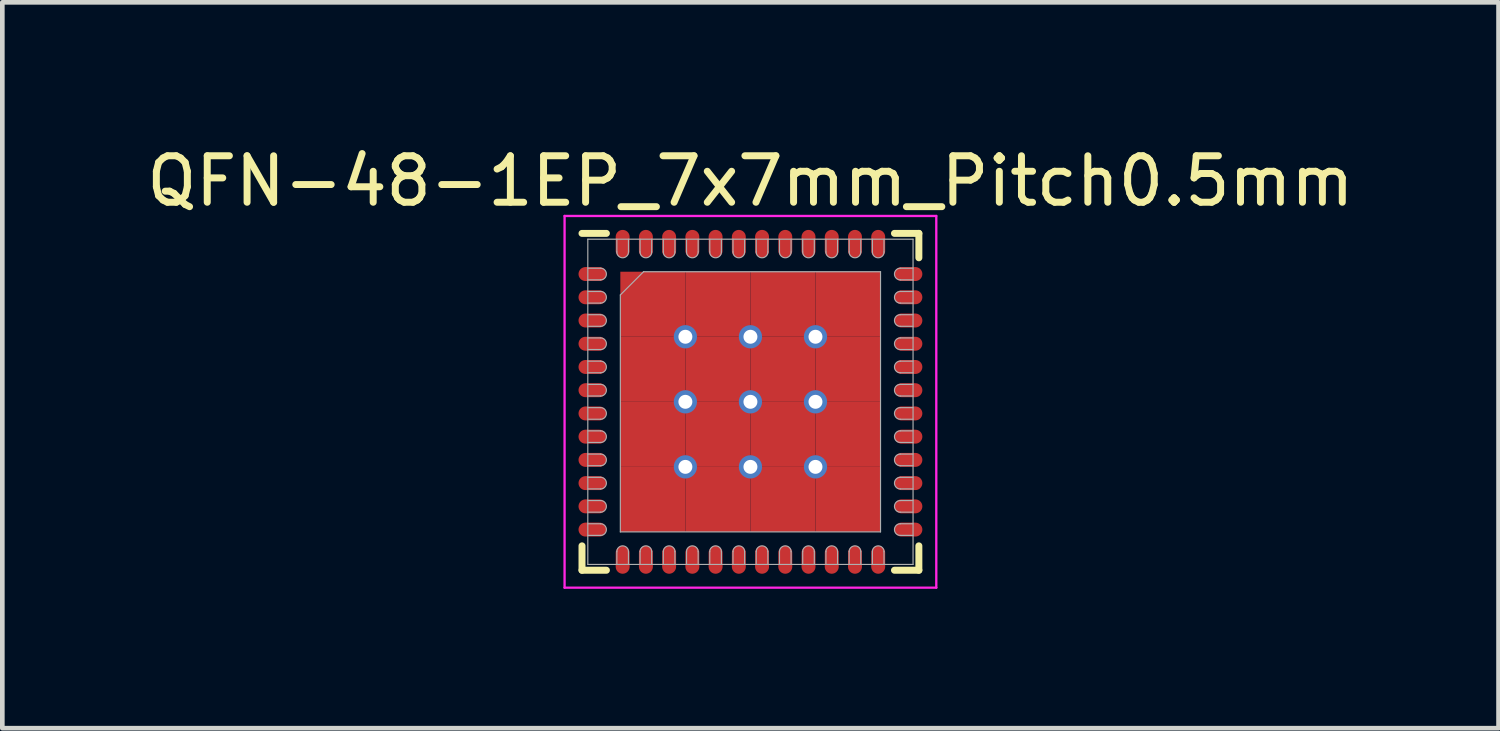
<source format=kicad_pcb>
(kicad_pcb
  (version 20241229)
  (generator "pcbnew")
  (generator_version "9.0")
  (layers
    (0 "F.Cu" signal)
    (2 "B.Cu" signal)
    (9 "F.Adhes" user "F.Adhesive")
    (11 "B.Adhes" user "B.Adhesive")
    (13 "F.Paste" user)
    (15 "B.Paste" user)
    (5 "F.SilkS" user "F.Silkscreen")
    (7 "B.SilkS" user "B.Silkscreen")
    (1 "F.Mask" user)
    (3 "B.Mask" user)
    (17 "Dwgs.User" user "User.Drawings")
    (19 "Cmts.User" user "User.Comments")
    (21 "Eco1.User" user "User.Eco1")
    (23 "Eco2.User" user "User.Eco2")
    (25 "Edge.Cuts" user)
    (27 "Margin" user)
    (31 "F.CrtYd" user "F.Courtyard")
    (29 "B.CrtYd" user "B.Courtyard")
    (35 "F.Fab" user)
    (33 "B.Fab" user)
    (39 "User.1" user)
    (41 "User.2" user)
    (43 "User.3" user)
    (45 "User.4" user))
  (footprint "QFN-48-1EP_7x7mm_Pitch0.5mm"
    (layer "F.Cu")
    (at 13.101 5.598)
    (property "Reference" "QFN-48-1EP_7x7mm_Pitch0.5mm" (at 0 -4.75 0) (layer "F.SilkS") (effects (font (size 1 1) (thickness 0.15))))
    (attr smd)
    (fp_line (start -3.625 -3.625) (end -3.1 -3.625) (stroke (width 0.15) (type solid)) (layer "F.SilkS"))
    (fp_line (start -3.625 3.625) (end -3.625 3.1) (stroke (width 0.15) (type solid)) (layer "F.SilkS"))
    (fp_line (start -3.625 3.625) (end -3.1 3.625) (stroke (width 0.15) (type solid)) (layer "F.SilkS"))
    (fp_line (start 3.625 -3.625) (end 3.1 -3.625) (stroke (width 0.15) (type solid)) (layer "F.SilkS"))
    (fp_line (start 3.625 -3.625) (end 3.625 -3.1) (stroke (width 0.15) (type solid)) (layer "F.SilkS"))
    (fp_line (start 3.625 3.625) (end 3.1 3.625) (stroke (width 0.15) (type solid)) (layer "F.SilkS"))
    (fp_line (start 3.625 3.625) (end 3.625 3.1) (stroke (width 0.15) (type solid)) (layer "F.SilkS"))
    (fp_line (start -4 -4) (end -4 4) (stroke (width 0.05) (type solid)) (layer "F.CrtYd"))
    (fp_line (start -4 -4) (end 4 -4) (stroke (width 0.05) (type solid)) (layer "F.CrtYd"))
    (fp_line (start -4 4) (end 4 4) (stroke (width 0.05) (type solid)) (layer "F.CrtYd"))
    (fp_line (start 4 -4) (end 4 4) (stroke (width 0.05) (type solid)) (layer "F.CrtYd"))
    (fp_line (start -3.5 -3.5) (end -3.5 3.5) (stroke (width 0.025) (type solid)) (layer "F.Fab"))
    (fp_line (start -3.5 -2.875) (end -3.225 -2.875) (stroke (width 0.025) (type solid)) (layer "F.Fab"))
    (fp_line (start -3.5 -2.625) (end -3.225 -2.625) (stroke (width 0.025) (type solid)) (layer "F.Fab"))
    (fp_line (start -3.5 -2.375) (end -3.225 -2.375) (stroke (width 0.025) (type solid)) (layer "F.Fab"))
    (fp_line (start -3.5 -2.125) (end -3.225 -2.125) (stroke (width 0.025) (type solid)) (layer "F.Fab"))
    (fp_line (start -3.5 -1.875) (end -3.225 -1.875) (stroke (width 0.025) (type solid)) (layer "F.Fab"))
    (fp_line (start -3.5 -1.625) (end -3.225 -1.625) (stroke (width 0.025) (type solid)) (layer "F.Fab"))
    (fp_line (start -3.5 -1.375) (end -3.225 -1.375) (stroke (width 0.025) (type solid)) (layer "F.Fab"))
    (fp_line (start -3.5 -1.125) (end -3.225 -1.125) (stroke (width 0.025) (type solid)) (layer "F.Fab"))
    (fp_line (start -3.5 -0.875) (end -3.225 -0.875) (stroke (width 0.025) (type solid)) (layer "F.Fab"))
    (fp_line (start -3.5 -0.625) (end -3.225 -0.625) (stroke (width 0.025) (type solid)) (layer "F.Fab"))
    (fp_line (start -3.5 -0.375) (end -3.225 -0.375) (stroke (width 0.025) (type solid)) (layer "F.Fab"))
    (fp_line (start -3.5 -0.125) (end -3.225 -0.125) (stroke (width 0.025) (type solid)) (layer "F.Fab"))
    (fp_line (start -3.5 0.125) (end -3.225 0.125) (stroke (width 0.025) (type solid)) (layer "F.Fab"))
    (fp_line (start -3.5 0.375) (end -3.225 0.375) (stroke (width 0.025) (type solid)) (layer "F.Fab"))
    (fp_line (start -3.5 0.625) (end -3.225 0.625) (stroke (width 0.025) (type solid)) (layer "F.Fab"))
    (fp_line (start -3.5 0.875) (end -3.225 0.875) (stroke (width 0.025) (type solid)) (layer "F.Fab"))
    (fp_line (start -3.5 1.125) (end -3.225 1.125) (stroke (width 0.025) (type solid)) (layer "F.Fab"))
    (fp_line (start -3.5 1.375) (end -3.225 1.375) (stroke (width 0.025) (type solid)) (layer "F.Fab"))
    (fp_line (start -3.5 1.625) (end -3.225 1.625) (stroke (width 0.025) (type solid)) (layer "F.Fab"))
    (fp_line (start -3.5 1.875) (end -3.225 1.875) (stroke (width 0.025) (type solid)) (layer "F.Fab"))
    (fp_line (start -3.5 2.125) (end -3.225 2.125) (stroke (width 0.025) (type solid)) (layer "F.Fab"))
    (fp_line (start -3.5 2.375) (end -3.225 2.375) (stroke (width 0.025) (type solid)) (layer "F.Fab"))
    (fp_line (start -3.5 2.625) (end -3.225 2.625) (stroke (width 0.025) (type solid)) (layer "F.Fab"))
    (fp_line (start -3.5 2.875) (end -3.225 2.875) (stroke (width 0.025) (type solid)) (layer "F.Fab"))
    (fp_line (start -3.5 3.5) (end 3.5 3.5) (stroke (width 0.025) (type solid)) (layer "F.Fab"))
    (fp_line (start -2.875 -3.5) (end -2.875 -3.225) (stroke (width 0.025) (type solid)) (layer "F.Fab"))
    (fp_line (start -2.875 3.5) (end -2.875 3.225) (stroke (width 0.025) (type solid)) (layer "F.Fab"))
    (fp_line (start -2.8 -2.3) (end -2.3 -2.8) (stroke (width 0.025) (type solid)) (layer "F.Fab"))
    (fp_line (start -2.8 2.8) (end -2.8 -2.3) (stroke (width 0.025) (type solid)) (layer "F.Fab"))
    (fp_line (start -2.625 -3.5) (end -2.625 -3.225) (stroke (width 0.025) (type solid)) (layer "F.Fab"))
    (fp_line (start -2.625 3.5) (end -2.625 3.225) (stroke (width 0.025) (type solid)) (layer "F.Fab"))
    (fp_line (start -2.375 -3.5) (end -2.375 -3.225) (stroke (width 0.025) (type solid)) (layer "F.Fab"))
    (fp_line (start -2.375 3.5) (end -2.375 3.225) (stroke (width 0.025) (type solid)) (layer "F.Fab"))
    (fp_line (start -2.3 -2.8) (end 2.8 -2.8) (stroke (width 0.025) (type solid)) (layer "F.Fab"))
    (fp_line (start -2.125 -3.5) (end -2.125 -3.225) (stroke (width 0.025) (type solid)) (layer "F.Fab"))
    (fp_line (start -2.125 3.5) (end -2.125 3.225) (stroke (width 0.025) (type solid)) (layer "F.Fab"))
    (fp_line (start -1.875 -3.5) (end -1.875 -3.225) (stroke (width 0.025) (type solid)) (layer "F.Fab"))
    (fp_line (start -1.875 3.5) (end -1.875 3.225) (stroke (width 0.025) (type solid)) (layer "F.Fab"))
    (fp_line (start -1.625 -3.5) (end -1.625 -3.225) (stroke (width 0.025) (type solid)) (layer "F.Fab"))
    (fp_line (start -1.625 3.5) (end -1.625 3.225) (stroke (width 0.025) (type solid)) (layer "F.Fab"))
    (fp_line (start -1.375 -3.5) (end -1.375 -3.225) (stroke (width 0.025) (type solid)) (layer "F.Fab"))
    (fp_line (start -1.375 3.5) (end -1.375 3.225) (stroke (width 0.025) (type solid)) (layer "F.Fab"))
    (fp_line (start -1.125 -3.5) (end -1.125 -3.225) (stroke (width 0.025) (type solid)) (layer "F.Fab"))
    (fp_line (start -1.125 3.5) (end -1.125 3.225) (stroke (width 0.025) (type solid)) (layer "F.Fab"))
    (fp_line (start -0.875 -3.5) (end -0.875 -3.225) (stroke (width 0.025) (type solid)) (layer "F.Fab"))
    (fp_line (start -0.875 3.5) (end -0.875 3.225) (stroke (width 0.025) (type solid)) (layer "F.Fab"))
    (fp_line (start -0.625 -3.5) (end -0.625 -3.225) (stroke (width 0.025) (type solid)) (layer "F.Fab"))
    (fp_line (start -0.625 3.5) (end -0.625 3.225) (stroke (width 0.025) (type solid)) (layer "F.Fab"))
    (fp_line (start -0.375 -3.5) (end -0.375 -3.225) (stroke (width 0.025) (type solid)) (layer "F.Fab"))
    (fp_line (start -0.375 3.5) (end -0.375 3.225) (stroke (width 0.025) (type solid)) (layer "F.Fab"))
    (fp_line (start -0.125 -3.5) (end -0.125 -3.225) (stroke (width 0.025) (type solid)) (layer "F.Fab"))
    (fp_line (start -0.125 3.5) (end -0.125 3.225) (stroke (width 0.025) (type solid)) (layer "F.Fab"))
    (fp_line (start 0.125 -3.5) (end 0.125 -3.225) (stroke (width 0.025) (type solid)) (layer "F.Fab"))
    (fp_line (start 0.125 3.5) (end 0.125 3.225) (stroke (width 0.025) (type solid)) (layer "F.Fab"))
    (fp_line (start 0.375 -3.5) (end 0.375 -3.225) (stroke (width 0.025) (type solid)) (layer "F.Fab"))
    (fp_line (start 0.375 3.5) (end 0.375 3.225) (stroke (width 0.025) (type solid)) (layer "F.Fab"))
    (fp_line (start 0.625 -3.5) (end 0.625 -3.225) (stroke (width 0.025) (type solid)) (layer "F.Fab"))
    (fp_line (start 0.625 3.5) (end 0.625 3.225) (stroke (width 0.025) (type solid)) (layer "F.Fab"))
    (fp_line (start 0.875 -3.5) (end 0.875 -3.225) (stroke (width 0.025) (type solid)) (layer "F.Fab"))
    (fp_line (start 0.875 3.5) (end 0.875 3.225) (stroke (width 0.025) (type solid)) (layer "F.Fab"))
    (fp_line (start 1.125 -3.5) (end 1.125 -3.225) (stroke (width 0.025) (type solid)) (layer "F.Fab"))
    (fp_line (start 1.125 3.5) (end 1.125 3.225) (stroke (width 0.025) (type solid)) (layer "F.Fab"))
    (fp_line (start 1.375 -3.5) (end 1.375 -3.225) (stroke (width 0.025) (type solid)) (layer "F.Fab"))
    (fp_line (start 1.375 3.5) (end 1.375 3.225) (stroke (width 0.025) (type solid)) (layer "F.Fab"))
    (fp_line (start 1.625 -3.5) (end 1.625 -3.225) (stroke (width 0.025) (type solid)) (layer "F.Fab"))
    (fp_line (start 1.625 3.5) (end 1.625 3.225) (stroke (width 0.025) (type solid)) (layer "F.Fab"))
    (fp_line (start 1.875 -3.5) (end 1.875 -3.225) (stroke (width 0.025) (type solid)) (layer "F.Fab"))
    (fp_line (start 1.875 3.5) (end 1.875 3.225) (stroke (width 0.025) (type solid)) (layer "F.Fab"))
    (fp_line (start 2.125 -3.5) (end 2.125 -3.225) (stroke (width 0.025) (type solid)) (layer "F.Fab"))
    (fp_line (start 2.125 3.5) (end 2.125 3.225) (stroke (width 0.025) (type solid)) (layer "F.Fab"))
    (fp_line (start 2.375 -3.5) (end 2.375 -3.225) (stroke (width 0.025) (type solid)) (layer "F.Fab"))
    (fp_line (start 2.375 3.5) (end 2.375 3.225) (stroke (width 0.025) (type solid)) (layer "F.Fab"))
    (fp_line (start 2.625 -3.5) (end 2.625 -3.225) (stroke (width 0.025) (type solid)) (layer "F.Fab"))
    (fp_line (start 2.625 3.5) (end 2.625 3.225) (stroke (width 0.025) (type solid)) (layer "F.Fab"))
    (fp_line (start 2.8 -2.8) (end 2.8 2.8) (stroke (width 0.025) (type solid)) (layer "F.Fab"))
    (fp_line (start 2.8 2.8) (end -2.8 2.8) (stroke (width 0.025) (type solid)) (layer "F.Fab"))
    (fp_line (start 2.875 -3.5) (end 2.875 -3.225) (stroke (width 0.025) (type solid)) (layer "F.Fab"))
    (fp_line (start 2.875 3.5) (end 2.875 3.225) (stroke (width 0.025) (type solid)) (layer "F.Fab"))
    (fp_line (start 3.5 -3.5) (end -3.5 -3.5) (stroke (width 0.025) (type solid)) (layer "F.Fab"))
    (fp_line (start 3.5 -2.875) (end 3.225 -2.875) (stroke (width 0.025) (type solid)) (layer "F.Fab"))
    (fp_line (start 3.5 -2.625) (end 3.225 -2.625) (stroke (width 0.025) (type solid)) (layer "F.Fab"))
    (fp_line (start 3.5 -2.375) (end 3.225 -2.375) (stroke (width 0.025) (type solid)) (layer "F.Fab"))
    (fp_line (start 3.5 -2.125) (end 3.225 -2.125) (stroke (width 0.025) (type solid)) (layer "F.Fab"))
    (fp_line (start 3.5 -1.875) (end 3.225 -1.875) (stroke (width 0.025) (type solid)) (layer "F.Fab"))
    (fp_line (start 3.5 -1.625) (end 3.225 -1.625) (stroke (width 0.025) (type solid)) (layer "F.Fab"))
    (fp_line (start 3.5 -1.375) (end 3.225 -1.375) (stroke (width 0.025) (type solid)) (layer "F.Fab"))
    (fp_line (start 3.5 -1.125) (end 3.225 -1.125) (stroke (width 0.025) (type solid)) (layer "F.Fab"))
    (fp_line (start 3.5 -0.875) (end 3.225 -0.875) (stroke (width 0.025) (type solid)) (layer "F.Fab"))
    (fp_line (start 3.5 -0.625) (end 3.225 -0.625) (stroke (width 0.025) (type solid)) (layer "F.Fab"))
    (fp_line (start 3.5 -0.375) (end 3.225 -0.375) (stroke (width 0.025) (type solid)) (layer "F.Fab"))
    (fp_line (start 3.5 -0.125) (end 3.225 -0.125) (stroke (width 0.025) (type solid)) (layer "F.Fab"))
    (fp_line (start 3.5 0.125) (end 3.225 0.125) (stroke (width 0.025) (type solid)) (layer "F.Fab"))
    (fp_line (start 3.5 0.375) (end 3.225 0.375) (stroke (width 0.025) (type solid)) (layer "F.Fab"))
    (fp_line (start 3.5 0.625) (end 3.225 0.625) (stroke (width 0.025) (type solid)) (layer "F.Fab"))
    (fp_line (start 3.5 0.875) (end 3.225 0.875) (stroke (width 0.025) (type solid)) (layer "F.Fab"))
    (fp_line (start 3.5 1.125) (end 3.225 1.125) (stroke (width 0.025) (type solid)) (layer "F.Fab"))
    (fp_line (start 3.5 1.375) (end 3.225 1.375) (stroke (width 0.025) (type solid)) (layer "F.Fab"))
    (fp_line (start 3.5 1.625) (end 3.225 1.625) (stroke (width 0.025) (type solid)) (layer "F.Fab"))
    (fp_line (start 3.5 1.875) (end 3.225 1.875) (stroke (width 0.025) (type solid)) (layer "F.Fab"))
    (fp_line (start 3.5 2.125) (end 3.225 2.125) (stroke (width 0.025) (type solid)) (layer "F.Fab"))
    (fp_line (start 3.5 2.375) (end 3.225 2.375) (stroke (width 0.025) (type solid)) (layer "F.Fab"))
    (fp_line (start 3.5 2.625) (end 3.225 2.625) (stroke (width 0.025) (type solid)) (layer "F.Fab"))
    (fp_line (start 3.5 2.875) (end 3.225 2.875) (stroke (width 0.025) (type solid)) (layer "F.Fab"))
    (fp_line (start 3.5 3.5) (end 3.5 -3.5) (stroke (width 0.025) (type solid)) (layer "F.Fab"))
    (fp_arc (start -3.225 -2.875) (mid -3.1 -2.75) (end -3.225 -2.625) (stroke (width 0.025) (type solid)) (layer "F.Fab"))
    (fp_arc (start -3.225 -2.375) (mid -3.1 -2.25) (end -3.225 -2.125) (stroke (width 0.025) (type solid)) (layer "F.Fab"))
    (fp_arc (start -3.225 -1.875) (mid -3.1 -1.75) (end -3.225 -1.625) (stroke (width 0.025) (type solid)) (layer "F.Fab"))
    (fp_arc (start -3.225 -1.375) (mid -3.1 -1.25) (end -3.225 -1.125) (stroke (width 0.025) (type solid)) (layer "F.Fab"))
    (fp_arc (start -3.225 -0.875) (mid -3.1 -0.75) (end -3.225 -0.625) (stroke (width 0.025) (type solid)) (layer "F.Fab"))
    (fp_arc (start -3.225 -0.375) (mid -3.1 -0.25) (end -3.225 -0.125) (stroke (width 0.025) (type solid)) (layer "F.Fab"))
    (fp_arc (start -3.225 0.125) (mid -3.1 0.25) (end -3.225 0.375) (stroke (width 0.025) (type solid)) (layer "F.Fab"))
    (fp_arc (start -3.225 0.625) (mid -3.1 0.75) (end -3.225 0.875) (stroke (width 0.025) (type solid)) (layer "F.Fab"))
    (fp_arc (start -3.225 1.125) (mid -3.1 1.25) (end -3.225 1.375) (stroke (width 0.025) (type solid)) (layer "F.Fab"))
    (fp_arc (start -3.225 1.625) (mid -3.1 1.75) (end -3.225 1.875) (stroke (width 0.025) (type solid)) (layer "F.Fab"))
    (fp_arc (start -3.225 2.125) (mid -3.1 2.25) (end -3.225 2.375) (stroke (width 0.025) (type solid)) (layer "F.Fab"))
    (fp_arc (start -3.225 2.625) (mid -3.1 2.75) (end -3.225 2.875) (stroke (width 0.025) (type solid)) (layer "F.Fab"))
    (fp_arc (start -2.875 3.225) (mid -2.75 3.1) (end -2.625 3.225) (stroke (width 0.025) (type solid)) (layer "F.Fab"))
    (fp_arc (start -2.625 -3.225) (mid -2.75 -3.1) (end -2.875 -3.225) (stroke (width 0.025) (type solid)) (layer "F.Fab"))
    (fp_arc (start -2.375 3.225) (mid -2.25 3.1) (end -2.125 3.225) (stroke (width 0.025) (type solid)) (layer "F.Fab"))
    (fp_arc (start -2.125 -3.225) (mid -2.25 -3.1) (end -2.375 -3.225) (stroke (width 0.025) (type solid)) (layer "F.Fab"))
    (fp_arc (start -1.875 3.225) (mid -1.75 3.1) (end -1.625 3.225) (stroke (width 0.025) (type solid)) (layer "F.Fab"))
    (fp_arc (start -1.625 -3.225) (mid -1.75 -3.1) (end -1.875 -3.225) (stroke (width 0.025) (type solid)) (layer "F.Fab"))
    (fp_arc (start -1.375 3.225) (mid -1.25 3.1) (end -1.125 3.225) (stroke (width 0.025) (type solid)) (layer "F.Fab"))
    (fp_arc (start -1.125 -3.225) (mid -1.25 -3.1) (end -1.375 -3.225) (stroke (width 0.025) (type solid)) (layer "F.Fab"))
    (fp_arc (start -0.875 3.225) (mid -0.75 3.1) (end -0.625 3.225) (stroke (width 0.025) (type solid)) (layer "F.Fab"))
    (fp_arc (start -0.625 -3.225) (mid -0.75 -3.1) (end -0.875 -3.225) (stroke (width 0.025) (type solid)) (layer "F.Fab"))
    (fp_arc (start -0.375 3.225) (mid -0.25 3.1) (end -0.125 3.225) (stroke (width 0.025) (type solid)) (layer "F.Fab"))
    (fp_arc (start -0.125 -3.225) (mid -0.25 -3.1) (end -0.375 -3.225) (stroke (width 0.025) (type solid)) (layer "F.Fab"))
    (fp_arc (start 0.125 3.225) (mid 0.25 3.1) (end 0.375 3.225) (stroke (width 0.025) (type solid)) (layer "F.Fab"))
    (fp_arc (start 0.375 -3.225) (mid 0.25 -3.1) (end 0.125 -3.225) (stroke (width 0.025) (type solid)) (layer "F.Fab"))
    (fp_arc (start 0.625 3.225) (mid 0.75 3.1) (end 0.875 3.225) (stroke (width 0.025) (type solid)) (layer "F.Fab"))
    (fp_arc (start 0.875 -3.225) (mid 0.75 -3.1) (end 0.625 -3.225) (stroke (width 0.025) (type solid)) (layer "F.Fab"))
    (fp_arc (start 1.125 3.225) (mid 1.25 3.1) (end 1.375 3.225) (stroke (width 0.025) (type solid)) (layer "F.Fab"))
    (fp_arc (start 1.375 -3.225) (mid 1.25 -3.1) (end 1.125 -3.225) (stroke (width 0.025) (type solid)) (layer "F.Fab"))
    (fp_arc (start 1.625 3.225) (mid 1.75 3.1) (end 1.875 3.225) (stroke (width 0.025) (type solid)) (layer "F.Fab"))
    (fp_arc (start 1.875 -3.225) (mid 1.75 -3.1) (end 1.625 -3.225) (stroke (width 0.025) (type solid)) (layer "F.Fab"))
    (fp_arc (start 2.125 3.225) (mid 2.25 3.1) (end 2.375 3.225) (stroke (width 0.025) (type solid)) (layer "F.Fab"))
    (fp_arc (start 2.375 -3.225) (mid 2.25 -3.1) (end 2.125 -3.225) (stroke (width 0.025) (type solid)) (layer "F.Fab"))
    (fp_arc (start 2.625 3.225) (mid 2.75 3.1) (end 2.875 3.225) (stroke (width 0.025) (type solid)) (layer "F.Fab"))
    (fp_arc (start 2.875 -3.225) (mid 2.75 -3.1) (end 2.625 -3.225) (stroke (width 0.025) (type solid)) (layer "F.Fab"))
    (fp_arc (start 3.225 -2.625) (mid 3.1 -2.75) (end 3.225 -2.875) (stroke (width 0.025) (type solid)) (layer "F.Fab"))
    (fp_arc (start 3.225 -2.125) (mid 3.1 -2.25) (end 3.225 -2.375) (stroke (width 0.025) (type solid)) (layer "F.Fab"))
    (fp_arc (start 3.225 -1.625) (mid 3.1 -1.75) (end 3.225 -1.875) (stroke (width 0.025) (type solid)) (layer "F.Fab"))
    (fp_arc (start 3.225 -1.125) (mid 3.1 -1.25) (end 3.225 -1.375) (stroke (width 0.025) (type solid)) (layer "F.Fab"))
    (fp_arc (start 3.225 -0.625) (mid 3.1 -0.75) (end 3.225 -0.875) (stroke (width 0.025) (type solid)) (layer "F.Fab"))
    (fp_arc (start 3.225 -0.125) (mid 3.1 -0.25) (end 3.225 -0.375) (stroke (width 0.025) (type solid)) (layer "F.Fab"))
    (fp_arc (start 3.225 0.375) (mid 3.1 0.25) (end 3.225 0.125) (stroke (width 0.025) (type solid)) (layer "F.Fab"))
    (fp_arc (start 3.225 0.875) (mid 3.1 0.75) (end 3.225 0.625) (stroke (width 0.025) (type solid)) (layer "F.Fab"))
    (fp_arc (start 3.225 1.375) (mid 3.1 1.25) (end 3.225 1.125) (stroke (width 0.025) (type solid)) (layer "F.Fab"))
    (fp_arc (start 3.225 1.875) (mid 3.1 1.75) (end 3.225 1.625) (stroke (width 0.025) (type solid)) (layer "F.Fab"))
    (fp_arc (start 3.225 2.375) (mid 3.1 2.25) (end 3.225 2.125) (stroke (width 0.025) (type solid)) (layer "F.Fab"))
    (fp_arc (start 3.225 2.875) (mid 3.1 2.75) (end 3.225 2.625) (stroke (width 0.025) (type solid)) (layer "F.Fab"))
    (pad "1" smd oval (at -3.4 -2.75) (size 0.6 0.3) (layers "F.Cu" "F.Mask" "F.Paste"))
    (pad "2" smd oval (at -3.4 -2.25) (size 0.6 0.3) (layers "F.Cu" "F.Mask" "F.Paste"))
    (pad "3" smd oval (at -3.4 -1.75) (size 0.6 0.3) (layers "F.Cu" "F.Mask" "F.Paste"))
    (pad "4" smd oval (at -3.4 -1.25) (size 0.6 0.3) (layers "F.Cu" "F.Mask" "F.Paste"))
    (pad "5" smd oval (at -3.4 -0.75) (size 0.6 0.3) (layers "F.Cu" "F.Mask" "F.Paste"))
    (pad "6" smd oval (at -3.4 -0.25) (size 0.6 0.3) (layers "F.Cu" "F.Mask" "F.Paste"))
    (pad "7" smd oval (at -3.4 0.25) (size 0.6 0.3) (layers "F.Cu" "F.Mask" "F.Paste"))
    (pad "8" smd oval (at -3.4 0.75) (size 0.6 0.3) (layers "F.Cu" "F.Mask" "F.Paste"))
    (pad "9" smd oval (at -3.4 1.25) (size 0.6 0.3) (layers "F.Cu" "F.Mask" "F.Paste"))
    (pad "10" smd oval (at -3.4 1.75) (size 0.6 0.3) (layers "F.Cu" "F.Mask" "F.Paste"))
    (pad "11" smd oval (at -3.4 2.25) (size 0.6 0.3) (layers "F.Cu" "F.Mask" "F.Paste"))
    (pad "12" smd oval (at -3.4 2.75) (size 0.6 0.3) (layers "F.Cu" "F.Mask" "F.Paste"))
    (pad "13" smd oval (at -2.75 3.4 90) (size 0.6 0.3) (layers "F.Cu" "F.Mask" "F.Paste"))
    (pad "14" smd oval (at -2.25 3.4 90) (size 0.6 0.3) (layers "F.Cu" "F.Mask" "F.Paste"))
    (pad "15" smd oval (at -1.75 3.4 90) (size 0.6 0.3) (layers "F.Cu" "F.Mask" "F.Paste"))
    (pad "16" smd oval (at -1.25 3.4 90) (size 0.6 0.3) (layers "F.Cu" "F.Mask" "F.Paste"))
    (pad "17" smd oval (at -0.75 3.4 90) (size 0.6 0.3) (layers "F.Cu" "F.Mask" "F.Paste"))
    (pad "18" smd oval (at -0.25 3.4 90) (size 0.6 0.3) (layers "F.Cu" "F.Mask" "F.Paste"))
    (pad "19" smd oval (at 0.25 3.4 90) (size 0.6 0.3) (layers "F.Cu" "F.Mask" "F.Paste"))
    (pad "20" smd oval (at 0.75 3.4 90) (size 0.6 0.3) (layers "F.Cu" "F.Mask" "F.Paste"))
    (pad "21" smd oval (at 1.25 3.4 90) (size 0.6 0.3) (layers "F.Cu" "F.Mask" "F.Paste"))
    (pad "22" smd oval (at 1.75 3.4 90) (size 0.6 0.3) (layers "F.Cu" "F.Mask" "F.Paste"))
    (pad "23" smd oval (at 2.25 3.4 90) (size 0.6 0.3) (layers "F.Cu" "F.Mask" "F.Paste"))
    (pad "24" smd oval (at 2.75 3.4 90) (size 0.6 0.3) (layers "F.Cu" "F.Mask" "F.Paste"))
    (pad "25" smd oval (at 3.4 2.75) (size 0.6 0.3) (layers "F.Cu" "F.Mask" "F.Paste"))
    (pad "26" smd oval (at 3.4 2.25) (size 0.6 0.3) (layers "F.Cu" "F.Mask" "F.Paste"))
    (pad "27" smd oval (at 3.4 1.75) (size 0.6 0.3) (layers "F.Cu" "F.Mask" "F.Paste"))
    (pad "28" smd oval (at 3.4 1.25) (size 0.6 0.3) (layers "F.Cu" "F.Mask" "F.Paste"))
    (pad "29" smd oval (at 3.4 0.75) (size 0.6 0.3) (layers "F.Cu" "F.Mask" "F.Paste"))
    (pad "30" smd oval (at 3.4 0.25) (size 0.6 0.3) (layers "F.Cu" "F.Mask" "F.Paste"))
    (pad "31" smd oval (at 3.4 -0.25) (size 0.6 0.3) (layers "F.Cu" "F.Mask" "F.Paste"))
    (pad "32" smd oval (at 3.4 -0.75) (size 0.6 0.3) (layers "F.Cu" "F.Mask" "F.Paste"))
    (pad "33" smd oval (at 3.4 -1.25) (size 0.6 0.3) (layers "F.Cu" "F.Mask" "F.Paste"))
    (pad "34" smd oval (at 3.4 -1.75) (size 0.6 0.3) (layers "F.Cu" "F.Mask" "F.Paste"))
    (pad "35" smd oval (at 3.4 -2.25) (size 0.6 0.3) (layers "F.Cu" "F.Mask" "F.Paste"))
    (pad "36" smd oval (at 3.4 -2.75) (size 0.6 0.3) (layers "F.Cu" "F.Mask" "F.Paste"))
    (pad "37" smd oval (at 2.75 -3.4 90) (size 0.6 0.3) (layers "F.Cu" "F.Mask" "F.Paste"))
    (pad "38" smd oval (at 2.25 -3.4 90) (size 0.6 0.3) (layers "F.Cu" "F.Mask" "F.Paste"))
    (pad "39" smd oval (at 1.75 -3.4 90) (size 0.6 0.3) (layers "F.Cu" "F.Mask" "F.Paste"))
    (pad "40" smd oval (at 1.25 -3.4 90) (size 0.6 0.3) (layers "F.Cu" "F.Mask" "F.Paste"))
    (pad "41" smd oval (at 0.75 -3.4 90) (size 0.6 0.3) (layers "F.Cu" "F.Mask" "F.Paste"))
    (pad "42" smd oval (at 0.25 -3.4 90) (size 0.6 0.3) (layers "F.Cu" "F.Mask" "F.Paste"))
    (pad "43" smd oval (at -0.25 -3.4 90) (size 0.6 0.3) (layers "F.Cu" "F.Mask" "F.Paste"))
    (pad "44" smd oval (at -0.75 -3.4 90) (size 0.6 0.3) (layers "F.Cu" "F.Mask" "F.Paste"))
    (pad "45" smd oval (at -1.25 -3.4 90) (size 0.6 0.3) (layers "F.Cu" "F.Mask" "F.Paste"))
    (pad "46" smd oval (at -1.75 -3.4 90) (size 0.6 0.3) (layers "F.Cu" "F.Mask" "F.Paste"))
    (pad "47" smd oval (at -2.25 -3.4 90) (size 0.6 0.3) (layers "F.Cu" "F.Mask" "F.Paste"))
    (pad "48" smd oval (at -2.75 -3.4 90) (size 0.6 0.3) (layers "F.Cu" "F.Mask" "F.Paste"))
    (pad "49" smd rect (at -2.1 -2.1) (size 1.4 1.4) (layers "F.Cu" "F.Mask" "F.Paste"))
    (pad "49" smd rect (at -2.1 -0.7) (size 1.4 1.4) (layers "F.Cu" "F.Mask" "F.Paste"))
    (pad "49" smd rect (at -2.1 0.7) (size 1.4 1.4) (layers "F.Cu" "F.Mask" "F.Paste"))
    (pad "49" smd rect (at -2.1 2.1) (size 1.4 1.4) (layers "F.Cu" "F.Mask" "F.Paste"))
    (pad "49" thru_hole circle (at -1.4 -1.4) (size 0.5 0.5) (drill 0.3) (layers "*.Cu"))
    (pad "49" thru_hole circle (at -1.4 0) (size 0.5 0.5) (drill 0.3) (layers "*.Cu"))
    (pad "49" thru_hole circle (at -1.4 1.4) (size 0.5 0.5) (drill 0.3) (layers "*.Cu"))
    (pad "49" smd rect (at -0.7 -2.1) (size 1.4 1.4) (layers "F.Cu" "F.Mask" "F.Paste"))
    (pad "49" smd rect (at -0.7 -0.7) (size 1.4 1.4) (layers "F.Cu" "F.Mask" "F.Paste"))
    (pad "49" smd rect (at -0.7 0.7) (size 1.4 1.4) (layers "F.Cu" "F.Mask" "F.Paste"))
    (pad "49" smd rect (at -0.7 2.1) (size 1.4 1.4) (layers "F.Cu" "F.Mask" "F.Paste"))
    (pad "49" thru_hole circle (at 0 -1.4) (size 0.5 0.5) (drill 0.3) (layers "*.Cu"))
    (pad "49" thru_hole circle (at 0 0) (size 0.5 0.5) (drill 0.3) (layers "*.Cu"))
    (pad "49" thru_hole circle (at 0 1.4) (size 0.5 0.5) (drill 0.3) (layers "*.Cu"))
    (pad "49" smd rect (at 0.7 -2.1) (size 1.4 1.4) (layers "F.Cu" "F.Mask" "F.Paste"))
    (pad "49" smd rect (at 0.7 -0.7) (size 1.4 1.4) (layers "F.Cu" "F.Mask" "F.Paste"))
    (pad "49" smd rect (at 0.7 0.7) (size 1.4 1.4) (layers "F.Cu" "F.Mask" "F.Paste"))
    (pad "49" smd rect (at 0.7 2.1) (size 1.4 1.4) (layers "F.Cu" "F.Mask" "F.Paste"))
    (pad "49" thru_hole circle (at 1.4 -1.4) (size 0.5 0.5) (drill 0.3) (layers "*.Cu"))
    (pad "49" thru_hole circle (at 1.4 0) (size 0.5 0.5) (drill 0.3) (layers "*.Cu"))
    (pad "49" thru_hole circle (at 1.4 1.4) (size 0.5 0.5) (drill 0.3) (layers "*.Cu"))
    (pad "49" smd rect (at 2.1 -2.1) (size 1.4 1.4) (layers "F.Cu" "F.Mask" "F.Paste"))
    (pad "49" smd rect (at 2.1 -0.7) (size 1.4 1.4) (layers "F.Cu" "F.Mask" "F.Paste"))
    (pad "49" smd rect (at 2.1 0.7) (size 1.4 1.4) (layers "F.Cu" "F.Mask" "F.Paste"))
    (pad "49" smd rect (at 2.1 2.1) (size 1.4 1.4) (layers "F.Cu" "F.Mask" "F.Paste")))
  (gr_rect
    (start -3 -3)
    (end 29.202 12.623)
    (stroke (width 0.1) (type default))
    (fill no)
    (layer "Edge.Cuts")))
</source>
